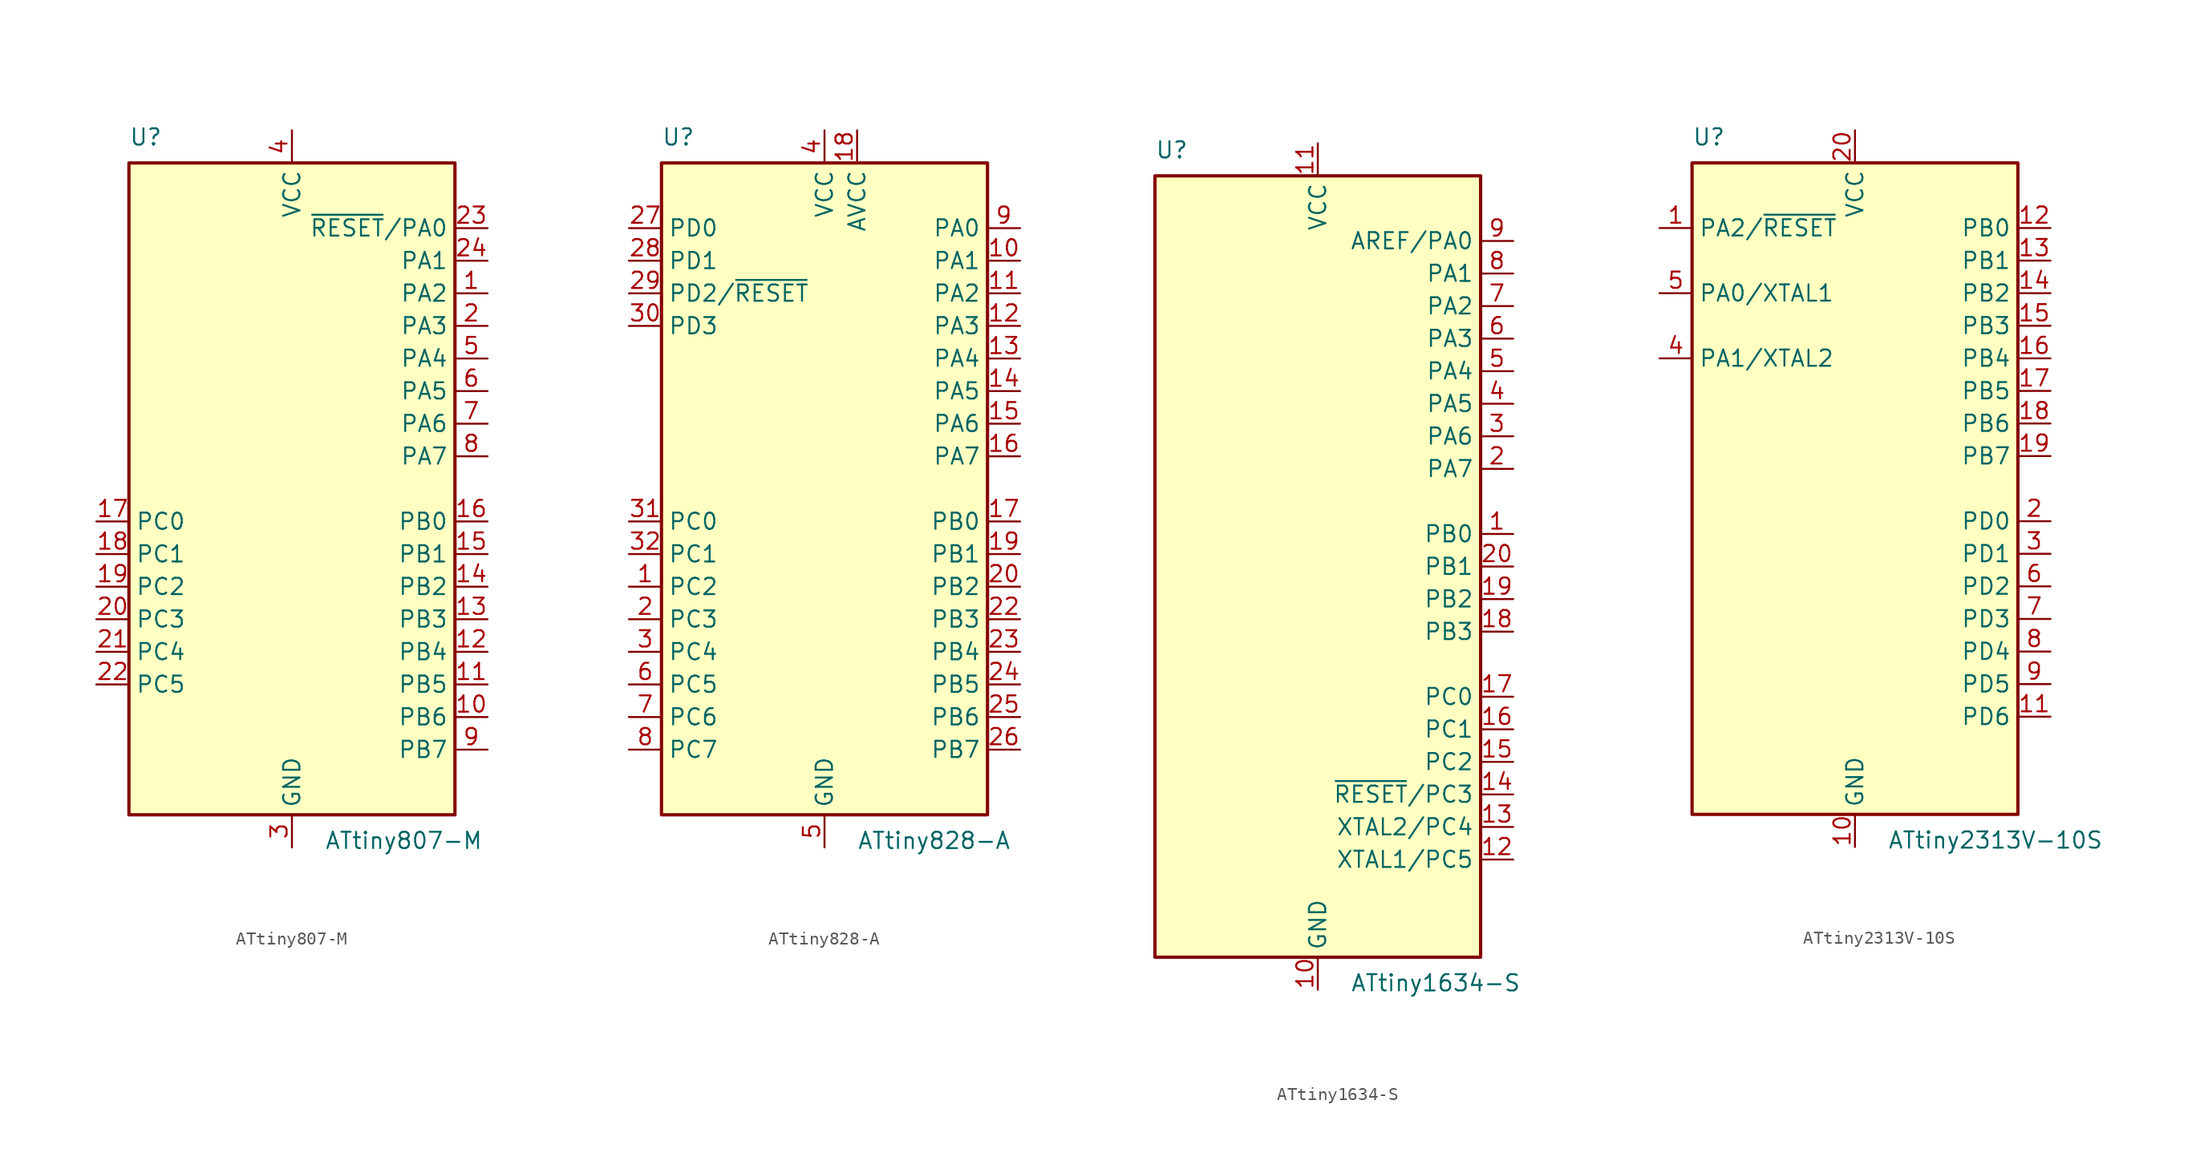
<source format=kicad_sym>
(kicad_symbol_lib
  (version 20231120)
  (generator "kicad_symbol_editor")
  (generator_version "8.0")
  (symbol "ATtiny807-M"
    (property "Reference" "U"
      (at -12.7 26.67 0)
      (effects (font (size 1.27 1.27)) (justify left bottom)))
    (property "Value" "ATtiny807-M"
      (at 2.54 -26.67 0)
      (effects (font (size 1.27 1.27)) (justify left top)))
    (symbol "ATtiny807-M_0_1"
      (rectangle (start -12.7 -25.4) (end 12.7 25.4) (stroke (width 0.254) (type default)) (fill (type background))))
    (symbol "ATtiny807-M_1_1"
      (pin bidirectional line (at 15.24 15.24 180) (length 2.54) (name "PA2" (effects (font (size 1.27 1.27)))) (number "1" (effects (font (size 1.27 1.27)))))
      (pin bidirectional line (at 15.24 -17.78 180) (length 2.54) (name "PB6" (effects (font (size 1.27 1.27)))) (number "10" (effects (font (size 1.27 1.27)))))
      (pin bidirectional line (at 15.24 -15.24 180) (length 2.54) (name "PB5" (effects (font (size 1.27 1.27)))) (number "11" (effects (font (size 1.27 1.27)))))
      (pin bidirectional line (at 15.24 -12.7 180) (length 2.54) (name "PB4" (effects (font (size 1.27 1.27)))) (number "12" (effects (font (size 1.27 1.27)))))
      (pin bidirectional line (at 15.24 -10.16 180) (length 2.54) (name "PB3" (effects (font (size 1.27 1.27)))) (number "13" (effects (font (size 1.27 1.27)))))
      (pin bidirectional line (at 15.24 -7.62 180) (length 2.54) (name "PB2" (effects (font (size 1.27 1.27)))) (number "14" (effects (font (size 1.27 1.27)))))
      (pin bidirectional line (at 15.24 -5.08 180) (length 2.54) (name "PB1" (effects (font (size 1.27 1.27)))) (number "15" (effects (font (size 1.27 1.27)))))
      (pin bidirectional line (at 15.24 -2.54 180) (length 2.54) (name "PB0" (effects (font (size 1.27 1.27)))) (number "16" (effects (font (size 1.27 1.27)))))
      (pin bidirectional line (at -15.24 -2.54 0) (length 2.54) (name "PC0" (effects (font (size 1.27 1.27)))) (number "17" (effects (font (size 1.27 1.27)))))
      (pin bidirectional line (at -15.24 -5.08 0) (length 2.54) (name "PC1" (effects (font (size 1.27 1.27)))) (number "18" (effects (font (size 1.27 1.27)))))
      (pin bidirectional line (at -15.24 -7.62 0) (length 2.54) (name "PC2" (effects (font (size 1.27 1.27)))) (number "19" (effects (font (size 1.27 1.27)))))
      (pin bidirectional line (at 15.24 12.7 180) (length 2.54) (name "PA3" (effects (font (size 1.27 1.27)))) (number "2" (effects (font (size 1.27 1.27)))))
      (pin bidirectional line (at -15.24 -10.16 0) (length 2.54) (name "PC3" (effects (font (size 1.27 1.27)))) (number "20" (effects (font (size 1.27 1.27)))))
      (pin bidirectional line (at -15.24 -12.7 0) (length 2.54) (name "PC4" (effects (font (size 1.27 1.27)))) (number "21" (effects (font (size 1.27 1.27)))))
      (pin bidirectional line (at -15.24 -15.24 0) (length 2.54) (name "PC5" (effects (font (size 1.27 1.27)))) (number "22" (effects (font (size 1.27 1.27)))))
      (pin bidirectional line (at 15.24 20.32 180) (length 2.54) (name "~{RESET}/PA0" (effects (font (size 1.27 1.27)))) (number "23" (effects (font (size 1.27 1.27)))))
      (pin bidirectional line (at 15.24 17.78 180) (length 2.54) (name "PA1" (effects (font (size 1.27 1.27)))) (number "24" (effects (font (size 1.27 1.27)))))
      (pin passive line (at 0 -27.94 90) (length 2.54) hide (name "GND" (effects (font (size 1.27 1.27)))) (number "25" (effects (font (size 1.27 1.27)))))
      (pin power_in line (at 0 -27.94 90) (length 2.54) (name "GND" (effects (font (size 1.27 1.27)))) (number "3" (effects (font (size 1.27 1.27)))))
      (pin power_in line (at 0 27.94 270) (length 2.54) (name "VCC" (effects (font (size 1.27 1.27)))) (number "4" (effects (font (size 1.27 1.27)))))
      (pin bidirectional line (at 15.24 10.16 180) (length 2.54) (name "PA4" (effects (font (size 1.27 1.27)))) (number "5" (effects (font (size 1.27 1.27)))))
      (pin bidirectional line (at 15.24 7.62 180) (length 2.54) (name "PA5" (effects (font (size 1.27 1.27)))) (number "6" (effects (font (size 1.27 1.27)))))
      (pin bidirectional line (at 15.24 5.08 180) (length 2.54) (name "PA6" (effects (font (size 1.27 1.27)))) (number "7" (effects (font (size 1.27 1.27)))))
      (pin bidirectional line (at 15.24 2.54 180) (length 2.54) (name "PA7" (effects (font (size 1.27 1.27)))) (number "8" (effects (font (size 1.27 1.27)))))
      (pin bidirectional line (at 15.24 -20.32 180) (length 2.54) (name "PB7" (effects (font (size 1.27 1.27)))) (number "9" (effects (font (size 1.27 1.27)))))))
  (symbol "ATtiny828-A"
    (property "Reference" "U"
      (at -12.7 26.67 0)
      (effects (font (size 1.27 1.27)) (justify left bottom)))
    (property "Value" "ATtiny828-A"
      (at 2.54 -26.67 0)
      (effects (font (size 1.27 1.27)) (justify left top)))
    (symbol "ATtiny828-A_0_1"
      (rectangle (start -12.7 -25.4) (end 12.7 25.4) (stroke (width 0.254) (type default)) (fill (type background))))
    (symbol "ATtiny828-A_1_1"
      (pin bidirectional line (at -15.24 -7.62 0) (length 2.54) (name "PC2" (effects (font (size 1.27 1.27)))) (number "1" (effects (font (size 1.27 1.27)))))
      (pin bidirectional line (at 15.24 17.78 180) (length 2.54) (name "PA1" (effects (font (size 1.27 1.27)))) (number "10" (effects (font (size 1.27 1.27)))))
      (pin bidirectional line (at 15.24 15.24 180) (length 2.54) (name "PA2" (effects (font (size 1.27 1.27)))) (number "11" (effects (font (size 1.27 1.27)))))
      (pin bidirectional line (at 15.24 12.7 180) (length 2.54) (name "PA3" (effects (font (size 1.27 1.27)))) (number "12" (effects (font (size 1.27 1.27)))))
      (pin bidirectional line (at 15.24 10.16 180) (length 2.54) (name "PA4" (effects (font (size 1.27 1.27)))) (number "13" (effects (font (size 1.27 1.27)))))
      (pin bidirectional line (at 15.24 7.62 180) (length 2.54) (name "PA5" (effects (font (size 1.27 1.27)))) (number "14" (effects (font (size 1.27 1.27)))))
      (pin bidirectional line (at 15.24 5.08 180) (length 2.54) (name "PA6" (effects (font (size 1.27 1.27)))) (number "15" (effects (font (size 1.27 1.27)))))
      (pin bidirectional line (at 15.24 2.54 180) (length 2.54) (name "PA7" (effects (font (size 1.27 1.27)))) (number "16" (effects (font (size 1.27 1.27)))))
      (pin bidirectional line (at 15.24 -2.54 180) (length 2.54) (name "PB0" (effects (font (size 1.27 1.27)))) (number "17" (effects (font (size 1.27 1.27)))))
      (pin power_in line (at 2.54 27.94 270) (length 2.54) (name "AVCC" (effects (font (size 1.27 1.27)))) (number "18" (effects (font (size 1.27 1.27)))))
      (pin bidirectional line (at 15.24 -5.08 180) (length 2.54) (name "PB1" (effects (font (size 1.27 1.27)))) (number "19" (effects (font (size 1.27 1.27)))))
      (pin bidirectional line (at -15.24 -10.16 0) (length 2.54) (name "PC3" (effects (font (size 1.27 1.27)))) (number "2" (effects (font (size 1.27 1.27)))))
      (pin bidirectional line (at 15.24 -7.62 180) (length 2.54) (name "PB2" (effects (font (size 1.27 1.27)))) (number "20" (effects (font (size 1.27 1.27)))))
      (pin passive line (at 0 -27.94 90) (length 2.54) hide (name "GND" (effects (font (size 1.27 1.27)))) (number "21" (effects (font (size 1.27 1.27)))))
      (pin bidirectional line (at 15.24 -10.16 180) (length 2.54) (name "PB3" (effects (font (size 1.27 1.27)))) (number "22" (effects (font (size 1.27 1.27)))))
      (pin bidirectional line (at 15.24 -12.7 180) (length 2.54) (name "PB4" (effects (font (size 1.27 1.27)))) (number "23" (effects (font (size 1.27 1.27)))))
      (pin bidirectional line (at 15.24 -15.24 180) (length 2.54) (name "PB5" (effects (font (size 1.27 1.27)))) (number "24" (effects (font (size 1.27 1.27)))))
      (pin bidirectional line (at 15.24 -17.78 180) (length 2.54) (name "PB6" (effects (font (size 1.27 1.27)))) (number "25" (effects (font (size 1.27 1.27)))))
      (pin bidirectional line (at 15.24 -20.32 180) (length 2.54) (name "PB7" (effects (font (size 1.27 1.27)))) (number "26" (effects (font (size 1.27 1.27)))))
      (pin bidirectional line (at -15.24 20.32 0) (length 2.54) (name "PD0" (effects (font (size 1.27 1.27)))) (number "27" (effects (font (size 1.27 1.27)))))
      (pin bidirectional line (at -15.24 17.78 0) (length 2.54) (name "PD1" (effects (font (size 1.27 1.27)))) (number "28" (effects (font (size 1.27 1.27)))))
      (pin bidirectional line (at -15.24 15.24 0) (length 2.54) (name "PD2/~{RESET}" (effects (font (size 1.27 1.27)))) (number "29" (effects (font (size 1.27 1.27)))))
      (pin bidirectional line (at -15.24 -12.7 0) (length 2.54) (name "PC4" (effects (font (size 1.27 1.27)))) (number "3" (effects (font (size 1.27 1.27)))))
      (pin bidirectional line (at -15.24 12.7 0) (length 2.54) (name "PD3" (effects (font (size 1.27 1.27)))) (number "30" (effects (font (size 1.27 1.27)))))
      (pin bidirectional line (at -15.24 -2.54 0) (length 2.54) (name "PC0" (effects (font (size 1.27 1.27)))) (number "31" (effects (font (size 1.27 1.27)))))
      (pin bidirectional line (at -15.24 -5.08 0) (length 2.54) (name "PC1" (effects (font (size 1.27 1.27)))) (number "32" (effects (font (size 1.27 1.27)))))
      (pin power_in line (at 0 27.94 270) (length 2.54) (name "VCC" (effects (font (size 1.27 1.27)))) (number "4" (effects (font (size 1.27 1.27)))))
      (pin power_in line (at 0 -27.94 90) (length 2.54) (name "GND" (effects (font (size 1.27 1.27)))) (number "5" (effects (font (size 1.27 1.27)))))
      (pin bidirectional line (at -15.24 -15.24 0) (length 2.54) (name "PC5" (effects (font (size 1.27 1.27)))) (number "6" (effects (font (size 1.27 1.27)))))
      (pin bidirectional line (at -15.24 -17.78 0) (length 2.54) (name "PC6" (effects (font (size 1.27 1.27)))) (number "7" (effects (font (size 1.27 1.27)))))
      (pin bidirectional line (at -15.24 -20.32 0) (length 2.54) (name "PC7" (effects (font (size 1.27 1.27)))) (number "8" (effects (font (size 1.27 1.27)))))
      (pin bidirectional line (at 15.24 20.32 180) (length 2.54) (name "PA0" (effects (font (size 1.27 1.27)))) (number "9" (effects (font (size 1.27 1.27)))))))
  (symbol "ATtiny1634-S"
    (property "Reference" "U"
      (at -12.7 31.75 0)
      (effects (font (size 1.27 1.27)) (justify left bottom)))
    (property "Value" "ATtiny1634-S"
      (at 2.54 -31.75 0)
      (effects (font (size 1.27 1.27)) (justify left top)))
    (symbol "ATtiny1634-S_0_1"
      (rectangle (start -12.7 -30.48) (end 12.7 30.48) (stroke (width 0.254) (type default)) (fill (type background))))
    (symbol "ATtiny1634-S_1_1"
      (pin bidirectional line (at 15.24 2.54 180) (length 2.54) (name "PB0" (effects (font (size 1.27 1.27)))) (number "1" (effects (font (size 1.27 1.27)))))
      (pin power_in line (at 0 -33.02 90) (length 2.54) (name "GND" (effects (font (size 1.27 1.27)))) (number "10" (effects (font (size 1.27 1.27)))))
      (pin power_in line (at 0 33.02 270) (length 2.54) (name "VCC" (effects (font (size 1.27 1.27)))) (number "11" (effects (font (size 1.27 1.27)))))
      (pin bidirectional line (at 15.24 -22.86 180) (length 2.54) (name "XTAL1/PC5" (effects (font (size 1.27 1.27)))) (number "12" (effects (font (size 1.27 1.27)))))
      (pin bidirectional line (at 15.24 -20.32 180) (length 2.54) (name "XTAL2/PC4" (effects (font (size 1.27 1.27)))) (number "13" (effects (font (size 1.27 1.27)))))
      (pin bidirectional line (at 15.24 -17.78 180) (length 2.54) (name "~{RESET}/PC3" (effects (font (size 1.27 1.27)))) (number "14" (effects (font (size 1.27 1.27)))))
      (pin bidirectional line (at 15.24 -15.24 180) (length 2.54) (name "PC2" (effects (font (size 1.27 1.27)))) (number "15" (effects (font (size 1.27 1.27)))))
      (pin bidirectional line (at 15.24 -12.7 180) (length 2.54) (name "PC1" (effects (font (size 1.27 1.27)))) (number "16" (effects (font (size 1.27 1.27)))))
      (pin bidirectional line (at 15.24 -10.16 180) (length 2.54) (name "PC0" (effects (font (size 1.27 1.27)))) (number "17" (effects (font (size 1.27 1.27)))))
      (pin bidirectional line (at 15.24 -5.08 180) (length 2.54) (name "PB3" (effects (font (size 1.27 1.27)))) (number "18" (effects (font (size 1.27 1.27)))))
      (pin bidirectional line (at 15.24 -2.54 180) (length 2.54) (name "PB2" (effects (font (size 1.27 1.27)))) (number "19" (effects (font (size 1.27 1.27)))))
      (pin bidirectional line (at 15.24 7.62 180) (length 2.54) (name "PA7" (effects (font (size 1.27 1.27)))) (number "2" (effects (font (size 1.27 1.27)))))
      (pin bidirectional line (at 15.24 0 180) (length 2.54) (name "PB1" (effects (font (size 1.27 1.27)))) (number "20" (effects (font (size 1.27 1.27)))))
      (pin bidirectional line (at 15.24 10.16 180) (length 2.54) (name "PA6" (effects (font (size 1.27 1.27)))) (number "3" (effects (font (size 1.27 1.27)))))
      (pin bidirectional line (at 15.24 12.7 180) (length 2.54) (name "PA5" (effects (font (size 1.27 1.27)))) (number "4" (effects (font (size 1.27 1.27)))))
      (pin bidirectional line (at 15.24 15.24 180) (length 2.54) (name "PA4" (effects (font (size 1.27 1.27)))) (number "5" (effects (font (size 1.27 1.27)))))
      (pin bidirectional line (at 15.24 17.78 180) (length 2.54) (name "PA3" (effects (font (size 1.27 1.27)))) (number "6" (effects (font (size 1.27 1.27)))))
      (pin bidirectional line (at 15.24 20.32 180) (length 2.54) (name "PA2" (effects (font (size 1.27 1.27)))) (number "7" (effects (font (size 1.27 1.27)))))
      (pin bidirectional line (at 15.24 22.86 180) (length 2.54) (name "PA1" (effects (font (size 1.27 1.27)))) (number "8" (effects (font (size 1.27 1.27)))))
      (pin bidirectional line (at 15.24 25.4 180) (length 2.54) (name "AREF/PA0" (effects (font (size 1.27 1.27)))) (number "9" (effects (font (size 1.27 1.27)))))))
  (symbol "ATtiny2313V-10S"
    (property "Reference" "U"
      (at -12.7 26.67 0)
      (effects (font (size 1.27 1.27)) (justify left bottom)))
    (property "Value" "ATtiny2313V-10S"
      (at 2.54 -26.67 0)
      (effects (font (size 1.27 1.27)) (justify left top)))
    (symbol "ATtiny2313V-10S_0_1"
      (rectangle (start -12.7 -25.4) (end 12.7 25.4) (stroke (width 0.254) (type default)) (fill (type background))))
    (symbol "ATtiny2313V-10S_1_1"
      (pin bidirectional line (at -15.24 20.32 0) (length 2.54) (name "PA2/~{RESET}" (effects (font (size 1.27 1.27)))) (number "1" (effects (font (size 1.27 1.27)))))
      (pin power_in line (at 0 -27.94 90) (length 2.54) (name "GND" (effects (font (size 1.27 1.27)))) (number "10" (effects (font (size 1.27 1.27)))))
      (pin bidirectional line (at 15.24 -17.78 180) (length 2.54) (name "PD6" (effects (font (size 1.27 1.27)))) (number "11" (effects (font (size 1.27 1.27)))))
      (pin bidirectional line (at 15.24 20.32 180) (length 2.54) (name "PB0" (effects (font (size 1.27 1.27)))) (number "12" (effects (font (size 1.27 1.27)))))
      (pin bidirectional line (at 15.24 17.78 180) (length 2.54) (name "PB1" (effects (font (size 1.27 1.27)))) (number "13" (effects (font (size 1.27 1.27)))))
      (pin bidirectional line (at 15.24 15.24 180) (length 2.54) (name "PB2" (effects (font (size 1.27 1.27)))) (number "14" (effects (font (size 1.27 1.27)))))
      (pin bidirectional line (at 15.24 12.7 180) (length 2.54) (name "PB3" (effects (font (size 1.27 1.27)))) (number "15" (effects (font (size 1.27 1.27)))))
      (pin bidirectional line (at 15.24 10.16 180) (length 2.54) (name "PB4" (effects (font (size 1.27 1.27)))) (number "16" (effects (font (size 1.27 1.27)))))
      (pin bidirectional line (at 15.24 7.62 180) (length 2.54) (name "PB5" (effects (font (size 1.27 1.27)))) (number "17" (effects (font (size 1.27 1.27)))))
      (pin bidirectional line (at 15.24 5.08 180) (length 2.54) (name "PB6" (effects (font (size 1.27 1.27)))) (number "18" (effects (font (size 1.27 1.27)))))
      (pin bidirectional line (at 15.24 2.54 180) (length 2.54) (name "PB7" (effects (font (size 1.27 1.27)))) (number "19" (effects (font (size 1.27 1.27)))))
      (pin bidirectional line (at 15.24 -2.54 180) (length 2.54) (name "PD0" (effects (font (size 1.27 1.27)))) (number "2" (effects (font (size 1.27 1.27)))))
      (pin power_in line (at 0 27.94 270) (length 2.54) (name "VCC" (effects (font (size 1.27 1.27)))) (number "20" (effects (font (size 1.27 1.27)))))
      (pin bidirectional line (at 15.24 -5.08 180) (length 2.54) (name "PD1" (effects (font (size 1.27 1.27)))) (number "3" (effects (font (size 1.27 1.27)))))
      (pin bidirectional line (at -15.24 10.16 0) (length 2.54) (name "PA1/XTAL2" (effects (font (size 1.27 1.27)))) (number "4" (effects (font (size 1.27 1.27)))))
      (pin bidirectional line (at -15.24 15.24 0) (length 2.54) (name "PA0/XTAL1" (effects (font (size 1.27 1.27)))) (number "5" (effects (font (size 1.27 1.27)))))
      (pin bidirectional line (at 15.24 -7.62 180) (length 2.54) (name "PD2" (effects (font (size 1.27 1.27)))) (number "6" (effects (font (size 1.27 1.27)))))
      (pin bidirectional line (at 15.24 -10.16 180) (length 2.54) (name "PD3" (effects (font (size 1.27 1.27)))) (number "7" (effects (font (size 1.27 1.27)))))
      (pin bidirectional line (at 15.24 -12.7 180) (length 2.54) (name "PD4" (effects (font (size 1.27 1.27)))) (number "8" (effects (font (size 1.27 1.27)))))
      (pin bidirectional line (at 15.24 -15.24 180) (length 2.54) (name "PD5" (effects (font (size 1.27 1.27)))) (number "9" (effects (font (size 1.27 1.27))))))))
</source>
